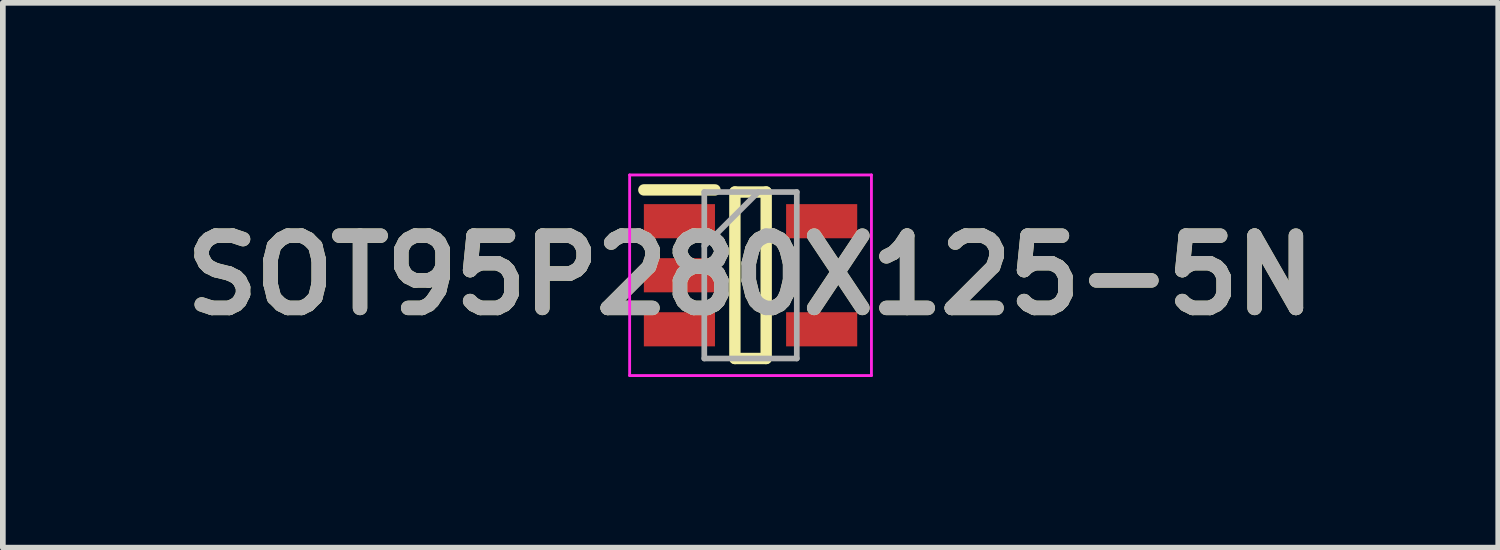
<source format=kicad_pcb>
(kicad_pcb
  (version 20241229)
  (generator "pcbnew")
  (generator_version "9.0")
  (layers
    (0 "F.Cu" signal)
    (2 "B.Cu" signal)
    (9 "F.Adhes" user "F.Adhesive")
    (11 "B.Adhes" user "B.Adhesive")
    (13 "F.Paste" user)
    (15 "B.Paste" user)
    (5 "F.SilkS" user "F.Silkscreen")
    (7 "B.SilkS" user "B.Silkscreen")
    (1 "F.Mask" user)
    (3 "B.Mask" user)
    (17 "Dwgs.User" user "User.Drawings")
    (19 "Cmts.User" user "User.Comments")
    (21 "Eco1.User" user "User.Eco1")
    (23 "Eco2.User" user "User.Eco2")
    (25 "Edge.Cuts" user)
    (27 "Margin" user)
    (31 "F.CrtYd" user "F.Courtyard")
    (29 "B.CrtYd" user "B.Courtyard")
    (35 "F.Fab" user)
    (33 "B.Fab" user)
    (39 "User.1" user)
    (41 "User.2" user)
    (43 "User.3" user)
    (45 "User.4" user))
  (footprint "SOT95P280X125-5N"
    (layer "F.Cu")
    (at 10.142 1.788)
    (property "Reference" "SOT95P280X125-5N" (at 0 0 0) (layer "F.SilkS") (effects (font (size 1.27 1.27) (thickness 0.254))))
    (attr smd)
    (fp_line (start -1.875 -1.5) (end -0.625 -1.5) (stroke (width 0.2) (type solid)) (layer "F.SilkS"))
    (fp_line (start -0.275 -1.463) (end 0.275 -1.463) (stroke (width 0.2) (type solid)) (layer "F.SilkS"))
    (fp_line (start -0.275 1.463) (end -0.275 -1.463) (stroke (width 0.2) (type solid)) (layer "F.SilkS"))
    (fp_line (start 0.275 -1.463) (end 0.275 1.463) (stroke (width 0.2) (type solid)) (layer "F.SilkS"))
    (fp_line (start 0.275 1.463) (end -0.275 1.463) (stroke (width 0.2) (type solid)) (layer "F.SilkS"))
    (fp_line (start -2.125 -1.763) (end 2.125 -1.763) (stroke (width 0.05) (type solid)) (layer "F.CrtYd"))
    (fp_line (start -2.125 1.763) (end -2.125 -1.763) (stroke (width 0.05) (type solid)) (layer "F.CrtYd"))
    (fp_line (start 2.125 -1.763) (end 2.125 1.763) (stroke (width 0.05) (type solid)) (layer "F.CrtYd"))
    (fp_line (start 2.125 1.763) (end -2.125 1.763) (stroke (width 0.05) (type solid)) (layer "F.CrtYd"))
    (fp_line (start -0.813 -1.463) (end 0.813 -1.463) (stroke (width 0.1) (type solid)) (layer "F.Fab"))
    (fp_line (start -0.813 -0.513) (end 0.137 -1.463) (stroke (width 0.1) (type solid)) (layer "F.Fab"))
    (fp_line (start -0.813 1.463) (end -0.813 -1.463) (stroke (width 0.1) (type solid)) (layer "F.Fab"))
    (fp_line (start 0.813 -1.463) (end 0.813 1.463) (stroke (width 0.1) (type solid)) (layer "F.Fab"))
    (fp_line (start 0.813 1.463) (end -0.813 1.463) (stroke (width 0.1) (type solid)) (layer "F.Fab"))
    (fp_text user "${REFERENCE}" (at 0 0 0) (layer "F.Fab") (effects (font (size 1.27 1.27) (thickness 0.254))))
    (pad "1" smd rect (at -1.25 -0.95 90) (size 0.6 1.25) (layers "F.Cu" "F.Mask" "F.Paste"))
    (pad "2" smd rect (at -1.25 0 90) (size 0.6 1.25) (layers "F.Cu" "F.Mask" "F.Paste"))
    (pad "3" smd rect (at -1.25 0.95 90) (size 0.6 1.25) (layers "F.Cu" "F.Mask" "F.Paste"))
    (pad "4" smd rect (at 1.25 0.95 90) (size 0.6 1.25) (layers "F.Cu" "F.Mask" "F.Paste"))
    (pad "5" smd rect (at 1.25 -0.95 90) (size 0.6 1.25) (layers "F.Cu" "F.Mask" "F.Paste")))
  (gr_rect
    (start -3 -3)
    (end 23.284 6.576)
    (stroke (width 0.1) (type default))
    (fill no)
    (layer "Edge.Cuts")))
</source>
